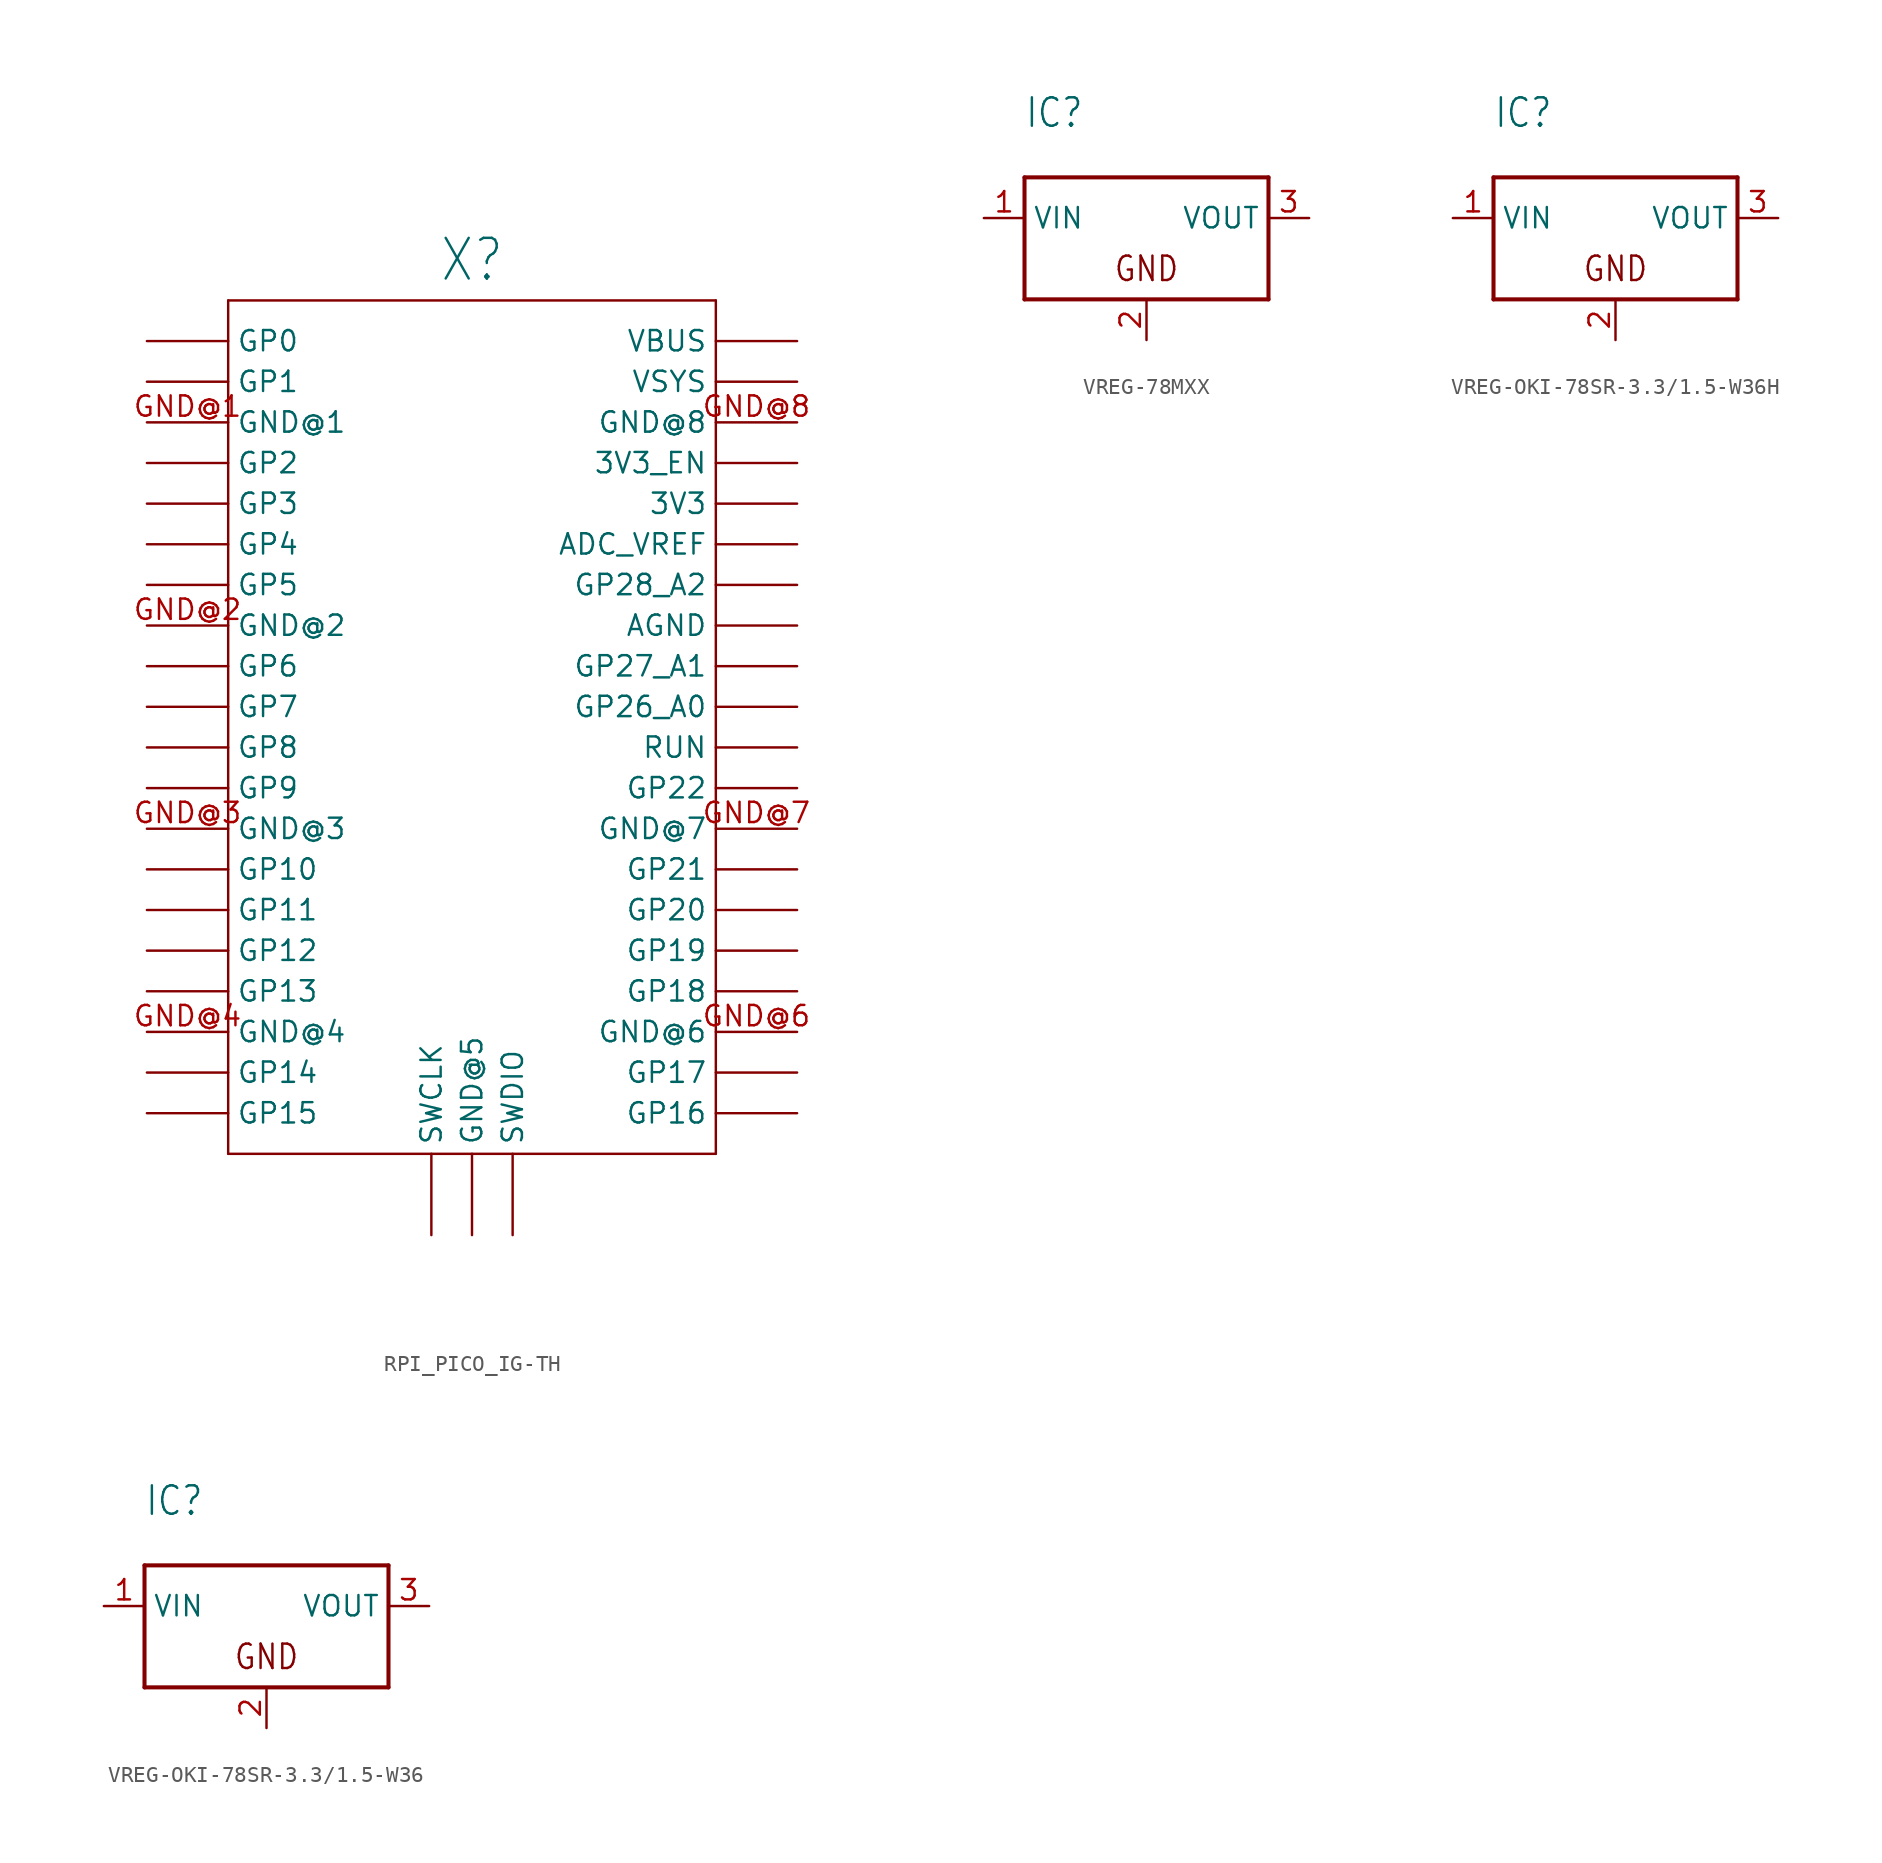
<source format=kicad_sym>
(kicad_symbol_lib
  (version 20220914)
  (generator kicad_symbol_editor)
  (symbol "RPI_PICO_IG-TH"
    (property "Reference" "X"
      (at 0 30.48 0)
      (effects (font (size 2.54 2.159))))
    (property "Value" ""
      (at 0 35.56 0)
      (effects (font (size 2.54 2.159))))
    (property "ki_locked" ""
      (at 0 0 0)
      (effects (font (size 1.27 1.27))))
    (symbol "RPI_PICO_IG-TH_1_0"
      (polyline (pts (xy -15.24 -25.4) (xy 15.24 -25.4)) (stroke (width 0.152) (type solid)) (fill (type none)))
      (polyline (pts (xy -15.24 27.94) (xy -15.24 -25.4)) (stroke (width 0.152) (type solid)) (fill (type none)))
      (polyline (pts (xy 15.24 -25.4) (xy 15.24 27.94)) (stroke (width 0.152) (type solid)) (fill (type none)))
      (polyline (pts (xy 15.24 27.94) (xy -15.24 27.94)) (stroke (width 0.152) (type solid)) (fill (type none)))
      (pin bidirectional line (at 20.32 15.24 180) (length 5.08) (name "3V3" (effects (font (size 1.27 1.27)))) (number "3V3" (effects (font (size 0 0)))))
      (pin bidirectional line (at 20.32 17.78 180) (length 5.08) (name "3V3_EN" (effects (font (size 1.27 1.27)))) (number "3V3_EN" (effects (font (size 0 0)))))
      (pin bidirectional line (at 20.32 12.7 180) (length 5.08) (name "ADC_VREF" (effects (font (size 1.27 1.27)))) (number "ADC_VREF" (effects (font (size 0 0)))))
      (pin bidirectional line (at 20.32 7.62 180) (length 5.08) (name "AGND" (effects (font (size 1.27 1.27)))) (number "AGND" (effects (font (size 0 0)))))
      (pin bidirectional line (at -20.32 20.32 0) (length 5.08) (name "GND@1" (effects (font (size 1.27 1.27)))) (number "GND@1" (effects (font (size 1.27 1.27)))))
      (pin bidirectional line (at -20.32 7.62 0) (length 5.08) (name "GND@2" (effects (font (size 1.27 1.27)))) (number "GND@2" (effects (font (size 1.27 1.27)))))
      (pin bidirectional line (at -20.32 -5.08 0) (length 5.08) (name "GND@3" (effects (font (size 1.27 1.27)))) (number "GND@3" (effects (font (size 1.27 1.27)))))
      (pin bidirectional line (at -20.32 -17.78 0) (length 5.08) (name "GND@4" (effects (font (size 1.27 1.27)))) (number "GND@4" (effects (font (size 1.27 1.27)))))
      (pin bidirectional line (at 0 -30.48 90) (length 5.08) (name "GND@5" (effects (font (size 1.27 1.27)))) (number "GND@5" (effects (font (size 0 0)))))
      (pin bidirectional line (at 20.32 -17.78 180) (length 5.08) (name "GND@6" (effects (font (size 1.27 1.27)))) (number "GND@6" (effects (font (size 1.27 1.27)))))
      (pin bidirectional line (at 20.32 -5.08 180) (length 5.08) (name "GND@7" (effects (font (size 1.27 1.27)))) (number "GND@7" (effects (font (size 1.27 1.27)))))
      (pin bidirectional line (at 20.32 20.32 180) (length 5.08) (name "GND@8" (effects (font (size 1.27 1.27)))) (number "GND@8" (effects (font (size 1.27 1.27)))))
      (pin bidirectional line (at -20.32 25.4 0) (length 5.08) (name "GP0" (effects (font (size 1.27 1.27)))) (number "GP0" (effects (font (size 0 0)))))
      (pin bidirectional line (at -20.32 22.86 0) (length 5.08) (name "GP1" (effects (font (size 1.27 1.27)))) (number "GP1" (effects (font (size 0 0)))))
      (pin bidirectional line (at -20.32 -7.62 0) (length 5.08) (name "GP10" (effects (font (size 1.27 1.27)))) (number "GP10" (effects (font (size 0 0)))))
      (pin bidirectional line (at -20.32 -10.16 0) (length 5.08) (name "GP11" (effects (font (size 1.27 1.27)))) (number "GP11" (effects (font (size 0 0)))))
      (pin bidirectional line (at -20.32 -12.7 0) (length 5.08) (name "GP12" (effects (font (size 1.27 1.27)))) (number "GP12" (effects (font (size 0 0)))))
      (pin bidirectional line (at -20.32 -15.24 0) (length 5.08) (name "GP13" (effects (font (size 1.27 1.27)))) (number "GP13" (effects (font (size 0 0)))))
      (pin bidirectional line (at -20.32 -20.32 0) (length 5.08) (name "GP14" (effects (font (size 1.27 1.27)))) (number "GP14" (effects (font (size 0 0)))))
      (pin bidirectional line (at -20.32 -22.86 0) (length 5.08) (name "GP15" (effects (font (size 1.27 1.27)))) (number "GP15" (effects (font (size 0 0)))))
      (pin bidirectional line (at 20.32 -22.86 180) (length 5.08) (name "GP16" (effects (font (size 1.27 1.27)))) (number "GP16" (effects (font (size 0 0)))))
      (pin bidirectional line (at 20.32 -20.32 180) (length 5.08) (name "GP17" (effects (font (size 1.27 1.27)))) (number "GP17" (effects (font (size 0 0)))))
      (pin bidirectional line (at 20.32 -15.24 180) (length 5.08) (name "GP18" (effects (font (size 1.27 1.27)))) (number "GP18" (effects (font (size 0 0)))))
      (pin bidirectional line (at 20.32 -12.7 180) (length 5.08) (name "GP19" (effects (font (size 1.27 1.27)))) (number "GP19" (effects (font (size 0 0)))))
      (pin bidirectional line (at -20.32 17.78 0) (length 5.08) (name "GP2" (effects (font (size 1.27 1.27)))) (number "GP2" (effects (font (size 0 0)))))
      (pin bidirectional line (at 20.32 -10.16 180) (length 5.08) (name "GP20" (effects (font (size 1.27 1.27)))) (number "GP20" (effects (font (size 0 0)))))
      (pin bidirectional line (at 20.32 -7.62 180) (length 5.08) (name "GP21" (effects (font (size 1.27 1.27)))) (number "GP21" (effects (font (size 0 0)))))
      (pin bidirectional line (at 20.32 -2.54 180) (length 5.08) (name "GP22" (effects (font (size 1.27 1.27)))) (number "GP22" (effects (font (size 0 0)))))
      (pin bidirectional line (at 20.32 2.54 180) (length 5.08) (name "GP26_A0" (effects (font (size 1.27 1.27)))) (number "GP26_A0" (effects (font (size 0 0)))))
      (pin bidirectional line (at 20.32 5.08 180) (length 5.08) (name "GP27_A1" (effects (font (size 1.27 1.27)))) (number "GP27_A1" (effects (font (size 0 0)))))
      (pin bidirectional line (at 20.32 10.16 180) (length 5.08) (name "GP28_A2" (effects (font (size 1.27 1.27)))) (number "GP28_A2" (effects (font (size 0 0)))))
      (pin bidirectional line (at -20.32 15.24 0) (length 5.08) (name "GP3" (effects (font (size 1.27 1.27)))) (number "GP3" (effects (font (size 0 0)))))
      (pin bidirectional line (at -20.32 12.7 0) (length 5.08) (name "GP4" (effects (font (size 1.27 1.27)))) (number "GP4" (effects (font (size 0 0)))))
      (pin bidirectional line (at -20.32 10.16 0) (length 5.08) (name "GP5" (effects (font (size 1.27 1.27)))) (number "GP5" (effects (font (size 0 0)))))
      (pin bidirectional line (at -20.32 5.08 0) (length 5.08) (name "GP6" (effects (font (size 1.27 1.27)))) (number "GP6" (effects (font (size 0 0)))))
      (pin bidirectional line (at -20.32 2.54 0) (length 5.08) (name "GP7" (effects (font (size 1.27 1.27)))) (number "GP7" (effects (font (size 0 0)))))
      (pin bidirectional line (at -20.32 0 0) (length 5.08) (name "GP8" (effects (font (size 1.27 1.27)))) (number "GP8" (effects (font (size 0 0)))))
      (pin bidirectional line (at -20.32 -2.54 0) (length 5.08) (name "GP9" (effects (font (size 1.27 1.27)))) (number "GP9" (effects (font (size 0 0)))))
      (pin bidirectional line (at 20.32 0 180) (length 5.08) (name "RUN" (effects (font (size 1.27 1.27)))) (number "RUN" (effects (font (size 0 0)))))
      (pin bidirectional line (at -2.54 -30.48 90) (length 5.08) (name "SWCLK" (effects (font (size 1.27 1.27)))) (number "SWCLK" (effects (font (size 0 0)))))
      (pin bidirectional line (at 2.54 -30.48 90) (length 5.08) (name "SWDIO" (effects (font (size 1.27 1.27)))) (number "SWDIO" (effects (font (size 0 0)))))
      (pin bidirectional line (at 20.32 25.4 180) (length 5.08) (name "VBUS" (effects (font (size 1.27 1.27)))) (number "VBUS" (effects (font (size 0 0)))))
      (pin bidirectional line (at 20.32 22.86 180) (length 5.08) (name "VSYS" (effects (font (size 1.27 1.27)))) (number "VSYS" (effects (font (size 0 0)))))))
  (symbol "VREG-78MXX"
    (property "Reference" "IC"
      (at -7.62 7.62 0)
      (effects (font (size 1.778 1.511)) (justify left top)))
    (property "Value" ""
      (at -7.62 5.08 0)
      (effects (font (size 1.778 1.511)) (justify left top)))
    (property "ki_locked" ""
      (at 0 0 0)
      (effects (font (size 1.27 1.27))))
    (symbol "VREG-78MXX_1_0"
      (polyline (pts (xy -7.62 -5.08) (xy 7.62 -5.08)) (stroke (width 0.254) (type solid)) (fill (type none)))
      (polyline (pts (xy -7.62 2.54) (xy -7.62 -5.08)) (stroke (width 0.254) (type solid)) (fill (type none)))
      (polyline (pts (xy 7.62 -5.08) (xy 7.62 2.54)) (stroke (width 0.254) (type solid)) (fill (type none)))
      (polyline (pts (xy 7.62 2.54) (xy -7.62 2.54)) (stroke (width 0.254) (type solid)) (fill (type none)))
      (text "GND" (at 0 -4.064 0) (effects (font (size 1.524 1.295)) (justify bottom)))
      (pin power_in line (at -10.16 0 0) (length 2.54) (name "VIN" (effects (font (size 1.27 1.27)))) (number "1" (effects (font (size 1.27 1.27)))))
      (pin power_in line (at 0 -7.62 90) (length 2.54) (name "GND" (effects (font (size 0 0)))) (number "2" (effects (font (size 1.27 1.27)))))
      (pin power_in line (at 10.16 0 180) (length 2.54) (name "VOUT" (effects (font (size 1.27 1.27)))) (number "3" (effects (font (size 1.27 1.27)))))))
  (symbol "VREG-OKI-78SR-3.3/1.5-W36H"
    (property "Reference" "IC"
      (at -7.62 7.62 0)
      (effects (font (size 1.778 1.511)) (justify left top)))
    (property "Value" ""
      (at -7.62 5.08 0)
      (effects (font (size 1.778 1.511)) (justify left top)))
    (property "ki_locked" ""
      (at 0 0 0)
      (effects (font (size 1.27 1.27))))
    (symbol "VREG-OKI-78SR-3.3/1.5-W36H_1_0"
      (polyline (pts (xy -7.62 -5.08) (xy 7.62 -5.08)) (stroke (width 0.254) (type solid)) (fill (type none)))
      (polyline (pts (xy -7.62 2.54) (xy -7.62 -5.08)) (stroke (width 0.254) (type solid)) (fill (type none)))
      (polyline (pts (xy 7.62 -5.08) (xy 7.62 2.54)) (stroke (width 0.254) (type solid)) (fill (type none)))
      (polyline (pts (xy 7.62 2.54) (xy -7.62 2.54)) (stroke (width 0.254) (type solid)) (fill (type none)))
      (text "GND" (at 0 -4.064 0) (effects (font (size 1.524 1.295)) (justify bottom)))
      (pin power_in line (at -10.16 0 0) (length 2.54) (name "VIN" (effects (font (size 1.27 1.27)))) (number "1" (effects (font (size 1.27 1.27)))))
      (pin power_in line (at 0 -7.62 90) (length 2.54) (name "GND" (effects (font (size 0 0)))) (number "2" (effects (font (size 1.27 1.27)))))
      (pin power_in line (at 10.16 0 180) (length 2.54) (name "VOUT" (effects (font (size 1.27 1.27)))) (number "3" (effects (font (size 1.27 1.27)))))))
  (symbol "VREG-OKI-78SR-3.3/1.5-W36"
    (property "Reference" "IC"
      (at -7.62 7.62 0)
      (effects (font (size 1.778 1.511)) (justify left top)))
    (property "Value" ""
      (at -7.62 5.08 0)
      (effects (font (size 1.778 1.511)) (justify left top)))
    (property "ki_locked" ""
      (at 0 0 0)
      (effects (font (size 1.27 1.27))))
    (symbol "VREG-OKI-78SR-3.3/1.5-W36_1_0"
      (polyline (pts (xy -7.62 -5.08) (xy 7.62 -5.08)) (stroke (width 0.254) (type solid)) (fill (type none)))
      (polyline (pts (xy -7.62 2.54) (xy -7.62 -5.08)) (stroke (width 0.254) (type solid)) (fill (type none)))
      (polyline (pts (xy 7.62 -5.08) (xy 7.62 2.54)) (stroke (width 0.254) (type solid)) (fill (type none)))
      (polyline (pts (xy 7.62 2.54) (xy -7.62 2.54)) (stroke (width 0.254) (type solid)) (fill (type none)))
      (text "GND" (at 0 -4.064 0) (effects (font (size 1.524 1.295)) (justify bottom)))
      (pin power_in line (at -10.16 0 0) (length 2.54) (name "VIN" (effects (font (size 1.27 1.27)))) (number "1" (effects (font (size 1.27 1.27)))))
      (pin power_in line (at 0 -7.62 90) (length 2.54) (name "GND" (effects (font (size 0 0)))) (number "2" (effects (font (size 1.27 1.27)))))
      (pin power_in line (at 10.16 0 180) (length 2.54) (name "VOUT" (effects (font (size 1.27 1.27)))) (number "3" (effects (font (size 1.27 1.27))))))))
</source>
